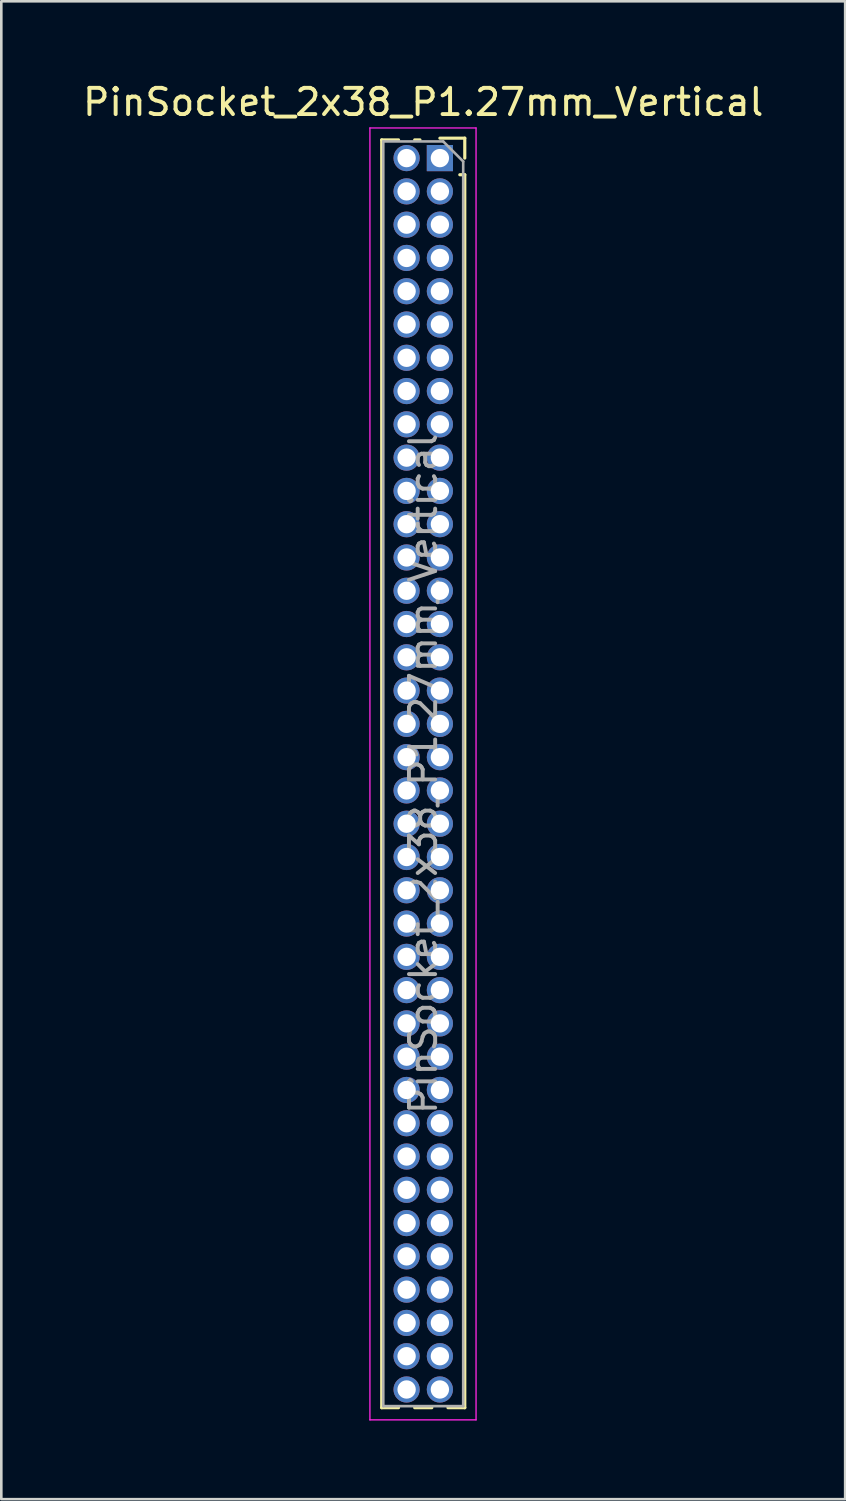
<source format=kicad_pcb>
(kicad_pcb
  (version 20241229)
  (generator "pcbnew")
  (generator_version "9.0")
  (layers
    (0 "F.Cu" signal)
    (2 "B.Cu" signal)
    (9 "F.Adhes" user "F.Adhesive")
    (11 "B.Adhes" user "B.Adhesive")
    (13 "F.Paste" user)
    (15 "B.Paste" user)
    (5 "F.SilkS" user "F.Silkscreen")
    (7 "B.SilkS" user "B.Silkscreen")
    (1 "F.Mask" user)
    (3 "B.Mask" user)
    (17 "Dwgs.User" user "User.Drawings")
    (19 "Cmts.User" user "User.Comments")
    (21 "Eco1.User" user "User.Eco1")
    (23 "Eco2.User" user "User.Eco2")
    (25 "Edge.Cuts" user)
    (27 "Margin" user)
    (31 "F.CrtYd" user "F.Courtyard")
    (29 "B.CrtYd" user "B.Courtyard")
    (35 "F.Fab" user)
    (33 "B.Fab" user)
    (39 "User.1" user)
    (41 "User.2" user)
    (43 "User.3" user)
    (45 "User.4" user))
  (footprint "PinSocket_2x38_P1.27mm_Vertical"
    (layer "F.Cu")
    (at 13.736 2.983)
    (property "Reference" "PinSocket_2x38_P1.27mm_Vertical" (at -0.635 -2.135 0) (layer "F.SilkS") (effects (font (size 1 1) (thickness 0.15))))
    (attr through_hole)
    (fp_line (start -2.22 -0.695) (end -2.22 47.685) (stroke (width 0.12) (type solid)) (layer "F.SilkS"))
    (fp_line (start -2.22 -0.695) (end -1.578 -0.695) (stroke (width 0.12) (type solid)) (layer "F.SilkS"))
    (fp_line (start -2.22 47.685) (end -1.578 47.685) (stroke (width 0.12) (type solid)) (layer "F.SilkS"))
    (fp_line (start -0.962 -0.695) (end -0.76 -0.695) (stroke (width 0.12) (type solid)) (layer "F.SilkS"))
    (fp_line (start -0.962 47.685) (end -0.308 47.685) (stroke (width 0.12) (type solid)) (layer "F.SilkS"))
    (fp_line (start 0 -0.76) (end 0.95 -0.76) (stroke (width 0.12) (type solid)) (layer "F.SilkS"))
    (fp_line (start 0.308 47.685) (end 0.95 47.685) (stroke (width 0.12) (type solid)) (layer "F.SilkS"))
    (fp_line (start 0.76 0.635) (end 0.95 0.635) (stroke (width 0.12) (type solid)) (layer "F.SilkS"))
    (fp_line (start 0.95 -0.76) (end 0.95 0) (stroke (width 0.12) (type solid)) (layer "F.SilkS"))
    (fp_line (start 0.95 0.635) (end 0.95 47.685) (stroke (width 0.12) (type solid)) (layer "F.SilkS"))
    (fp_line (start -2.67 -1.15) (end 1.38 -1.15) (stroke (width 0.05) (type solid)) (layer "F.CrtYd"))
    (fp_line (start -2.67 48.15) (end -2.67 -1.15) (stroke (width 0.05) (type solid)) (layer "F.CrtYd"))
    (fp_line (start 1.38 -1.15) (end 1.38 48.15) (stroke (width 0.05) (type solid)) (layer "F.CrtYd"))
    (fp_line (start 1.38 48.15) (end -2.67 48.15) (stroke (width 0.05) (type solid)) (layer "F.CrtYd"))
    (fp_line (start -2.16 -0.635) (end 0.128 -0.635) (stroke (width 0.1) (type solid)) (layer "F.Fab"))
    (fp_line (start -2.16 47.625) (end -2.16 -0.635) (stroke (width 0.1) (type solid)) (layer "F.Fab"))
    (fp_line (start 0.128 -0.635) (end 0.89 0.128) (stroke (width 0.1) (type solid)) (layer "F.Fab"))
    (fp_line (start 0.89 0.128) (end 0.89 47.625) (stroke (width 0.1) (type solid)) (layer "F.Fab"))
    (fp_line (start 0.89 47.625) (end -2.16 47.625) (stroke (width 0.1) (type solid)) (layer "F.Fab"))
    (fp_text user "${REFERENCE}" (at -0.635 23.495 90) (layer "F.Fab") (effects (font (size 1 1) (thickness 0.15))))
    (pad "1" thru_hole rect (at 0 0) (size 1 1) (drill 0.7) (layers "*.Cu" "*.Mask"))
    (pad "2" thru_hole oval (at -1.27 0) (size 1 1) (drill 0.7) (layers "*.Cu" "*.Mask"))
    (pad "3" thru_hole oval (at 0 1.27) (size 1 1) (drill 0.7) (layers "*.Cu" "*.Mask"))
    (pad "4" thru_hole oval (at -1.27 1.27) (size 1 1) (drill 0.7) (layers "*.Cu" "*.Mask"))
    (pad "5" thru_hole oval (at 0 2.54) (size 1 1) (drill 0.7) (layers "*.Cu" "*.Mask"))
    (pad "6" thru_hole oval (at -1.27 2.54) (size 1 1) (drill 0.7) (layers "*.Cu" "*.Mask"))
    (pad "7" thru_hole oval (at 0 3.81) (size 1 1) (drill 0.7) (layers "*.Cu" "*.Mask"))
    (pad "8" thru_hole oval (at -1.27 3.81) (size 1 1) (drill 0.7) (layers "*.Cu" "*.Mask"))
    (pad "9" thru_hole oval (at 0 5.08) (size 1 1) (drill 0.7) (layers "*.Cu" "*.Mask"))
    (pad "10" thru_hole oval (at -1.27 5.08) (size 1 1) (drill 0.7) (layers "*.Cu" "*.Mask"))
    (pad "11" thru_hole oval (at 0 6.35) (size 1 1) (drill 0.7) (layers "*.Cu" "*.Mask"))
    (pad "12" thru_hole oval (at -1.27 6.35) (size 1 1) (drill 0.7) (layers "*.Cu" "*.Mask"))
    (pad "13" thru_hole oval (at 0 7.62) (size 1 1) (drill 0.7) (layers "*.Cu" "*.Mask"))
    (pad "14" thru_hole oval (at -1.27 7.62) (size 1 1) (drill 0.7) (layers "*.Cu" "*.Mask"))
    (pad "15" thru_hole oval (at 0 8.89) (size 1 1) (drill 0.7) (layers "*.Cu" "*.Mask"))
    (pad "16" thru_hole oval (at -1.27 8.89) (size 1 1) (drill 0.7) (layers "*.Cu" "*.Mask"))
    (pad "17" thru_hole oval (at 0 10.16) (size 1 1) (drill 0.7) (layers "*.Cu" "*.Mask"))
    (pad "18" thru_hole oval (at -1.27 10.16) (size 1 1) (drill 0.7) (layers "*.Cu" "*.Mask"))
    (pad "19" thru_hole oval (at 0 11.43) (size 1 1) (drill 0.7) (layers "*.Cu" "*.Mask"))
    (pad "20" thru_hole oval (at -1.27 11.43) (size 1 1) (drill 0.7) (layers "*.Cu" "*.Mask"))
    (pad "21" thru_hole oval (at 0 12.7) (size 1 1) (drill 0.7) (layers "*.Cu" "*.Mask"))
    (pad "22" thru_hole oval (at -1.27 12.7) (size 1 1) (drill 0.7) (layers "*.Cu" "*.Mask"))
    (pad "23" thru_hole oval (at 0 13.97) (size 1 1) (drill 0.7) (layers "*.Cu" "*.Mask"))
    (pad "24" thru_hole oval (at -1.27 13.97) (size 1 1) (drill 0.7) (layers "*.Cu" "*.Mask"))
    (pad "25" thru_hole oval (at 0 15.24) (size 1 1) (drill 0.7) (layers "*.Cu" "*.Mask"))
    (pad "26" thru_hole oval (at -1.27 15.24) (size 1 1) (drill 0.7) (layers "*.Cu" "*.Mask"))
    (pad "27" thru_hole oval (at 0 16.51) (size 1 1) (drill 0.7) (layers "*.Cu" "*.Mask"))
    (pad "28" thru_hole oval (at -1.27 16.51) (size 1 1) (drill 0.7) (layers "*.Cu" "*.Mask"))
    (pad "29" thru_hole oval (at 0 17.78) (size 1 1) (drill 0.7) (layers "*.Cu" "*.Mask"))
    (pad "30" thru_hole oval (at -1.27 17.78) (size 1 1) (drill 0.7) (layers "*.Cu" "*.Mask"))
    (pad "31" thru_hole oval (at 0 19.05) (size 1 1) (drill 0.7) (layers "*.Cu" "*.Mask"))
    (pad "32" thru_hole oval (at -1.27 19.05) (size 1 1) (drill 0.7) (layers "*.Cu" "*.Mask"))
    (pad "33" thru_hole oval (at 0 20.32) (size 1 1) (drill 0.7) (layers "*.Cu" "*.Mask"))
    (pad "34" thru_hole oval (at -1.27 20.32) (size 1 1) (drill 0.7) (layers "*.Cu" "*.Mask"))
    (pad "35" thru_hole oval (at 0 21.59) (size 1 1) (drill 0.7) (layers "*.Cu" "*.Mask"))
    (pad "36" thru_hole oval (at -1.27 21.59) (size 1 1) (drill 0.7) (layers "*.Cu" "*.Mask"))
    (pad "37" thru_hole oval (at 0 22.86) (size 1 1) (drill 0.7) (layers "*.Cu" "*.Mask"))
    (pad "38" thru_hole oval (at -1.27 22.86) (size 1 1) (drill 0.7) (layers "*.Cu" "*.Mask"))
    (pad "39" thru_hole oval (at 0 24.13) (size 1 1) (drill 0.7) (layers "*.Cu" "*.Mask"))
    (pad "40" thru_hole oval (at -1.27 24.13) (size 1 1) (drill 0.7) (layers "*.Cu" "*.Mask"))
    (pad "41" thru_hole oval (at 0 25.4) (size 1 1) (drill 0.7) (layers "*.Cu" "*.Mask"))
    (pad "42" thru_hole oval (at -1.27 25.4) (size 1 1) (drill 0.7) (layers "*.Cu" "*.Mask"))
    (pad "43" thru_hole oval (at 0 26.67) (size 1 1) (drill 0.7) (layers "*.Cu" "*.Mask"))
    (pad "44" thru_hole oval (at -1.27 26.67) (size 1 1) (drill 0.7) (layers "*.Cu" "*.Mask"))
    (pad "45" thru_hole oval (at 0 27.94) (size 1 1) (drill 0.7) (layers "*.Cu" "*.Mask"))
    (pad "46" thru_hole oval (at -1.27 27.94) (size 1 1) (drill 0.7) (layers "*.Cu" "*.Mask"))
    (pad "47" thru_hole oval (at 0 29.21) (size 1 1) (drill 0.7) (layers "*.Cu" "*.Mask"))
    (pad "48" thru_hole oval (at -1.27 29.21) (size 1 1) (drill 0.7) (layers "*.Cu" "*.Mask"))
    (pad "49" thru_hole oval (at 0 30.48) (size 1 1) (drill 0.7) (layers "*.Cu" "*.Mask"))
    (pad "50" thru_hole oval (at -1.27 30.48) (size 1 1) (drill 0.7) (layers "*.Cu" "*.Mask"))
    (pad "51" thru_hole oval (at 0 31.75) (size 1 1) (drill 0.7) (layers "*.Cu" "*.Mask"))
    (pad "52" thru_hole oval (at -1.27 31.75) (size 1 1) (drill 0.7) (layers "*.Cu" "*.Mask"))
    (pad "53" thru_hole oval (at 0 33.02) (size 1 1) (drill 0.7) (layers "*.Cu" "*.Mask"))
    (pad "54" thru_hole oval (at -1.27 33.02) (size 1 1) (drill 0.7) (layers "*.Cu" "*.Mask"))
    (pad "55" thru_hole oval (at 0 34.29) (size 1 1) (drill 0.7) (layers "*.Cu" "*.Mask"))
    (pad "56" thru_hole oval (at -1.27 34.29) (size 1 1) (drill 0.7) (layers "*.Cu" "*.Mask"))
    (pad "57" thru_hole oval (at 0 35.56) (size 1 1) (drill 0.7) (layers "*.Cu" "*.Mask"))
    (pad "58" thru_hole oval (at -1.27 35.56) (size 1 1) (drill 0.7) (layers "*.Cu" "*.Mask"))
    (pad "59" thru_hole oval (at 0 36.83) (size 1 1) (drill 0.7) (layers "*.Cu" "*.Mask"))
    (pad "60" thru_hole oval (at -1.27 36.83) (size 1 1) (drill 0.7) (layers "*.Cu" "*.Mask"))
    (pad "61" thru_hole oval (at 0 38.1) (size 1 1) (drill 0.7) (layers "*.Cu" "*.Mask"))
    (pad "62" thru_hole oval (at -1.27 38.1) (size 1 1) (drill 0.7) (layers "*.Cu" "*.Mask"))
    (pad "63" thru_hole oval (at 0 39.37) (size 1 1) (drill 0.7) (layers "*.Cu" "*.Mask"))
    (pad "64" thru_hole oval (at -1.27 39.37) (size 1 1) (drill 0.7) (layers "*.Cu" "*.Mask"))
    (pad "65" thru_hole oval (at 0 40.64) (size 1 1) (drill 0.7) (layers "*.Cu" "*.Mask"))
    (pad "66" thru_hole oval (at -1.27 40.64) (size 1 1) (drill 0.7) (layers "*.Cu" "*.Mask"))
    (pad "67" thru_hole oval (at 0 41.91) (size 1 1) (drill 0.7) (layers "*.Cu" "*.Mask"))
    (pad "68" thru_hole oval (at -1.27 41.91) (size 1 1) (drill 0.7) (layers "*.Cu" "*.Mask"))
    (pad "69" thru_hole oval (at 0 43.18) (size 1 1) (drill 0.7) (layers "*.Cu" "*.Mask"))
    (pad "70" thru_hole oval (at -1.27 43.18) (size 1 1) (drill 0.7) (layers "*.Cu" "*.Mask"))
    (pad "71" thru_hole oval (at 0 44.45) (size 1 1) (drill 0.7) (layers "*.Cu" "*.Mask"))
    (pad "72" thru_hole oval (at -1.27 44.45) (size 1 1) (drill 0.7) (layers "*.Cu" "*.Mask"))
    (pad "73" thru_hole oval (at 0 45.72) (size 1 1) (drill 0.7) (layers "*.Cu" "*.Mask"))
    (pad "74" thru_hole oval (at -1.27 45.72) (size 1 1) (drill 0.7) (layers "*.Cu" "*.Mask"))
    (pad "75" thru_hole oval (at 0 46.99) (size 1 1) (drill 0.7) (layers "*.Cu" "*.Mask"))
    (pad "76" thru_hole oval (at -1.27 46.99) (size 1 1) (drill 0.7) (layers "*.Cu" "*.Mask")))
  (gr_rect
    (start -3 -3)
    (end 29.202 54.158)
    (stroke (width 0.1) (type default))
    (fill no)
    (layer "Edge.Cuts")))
</source>
